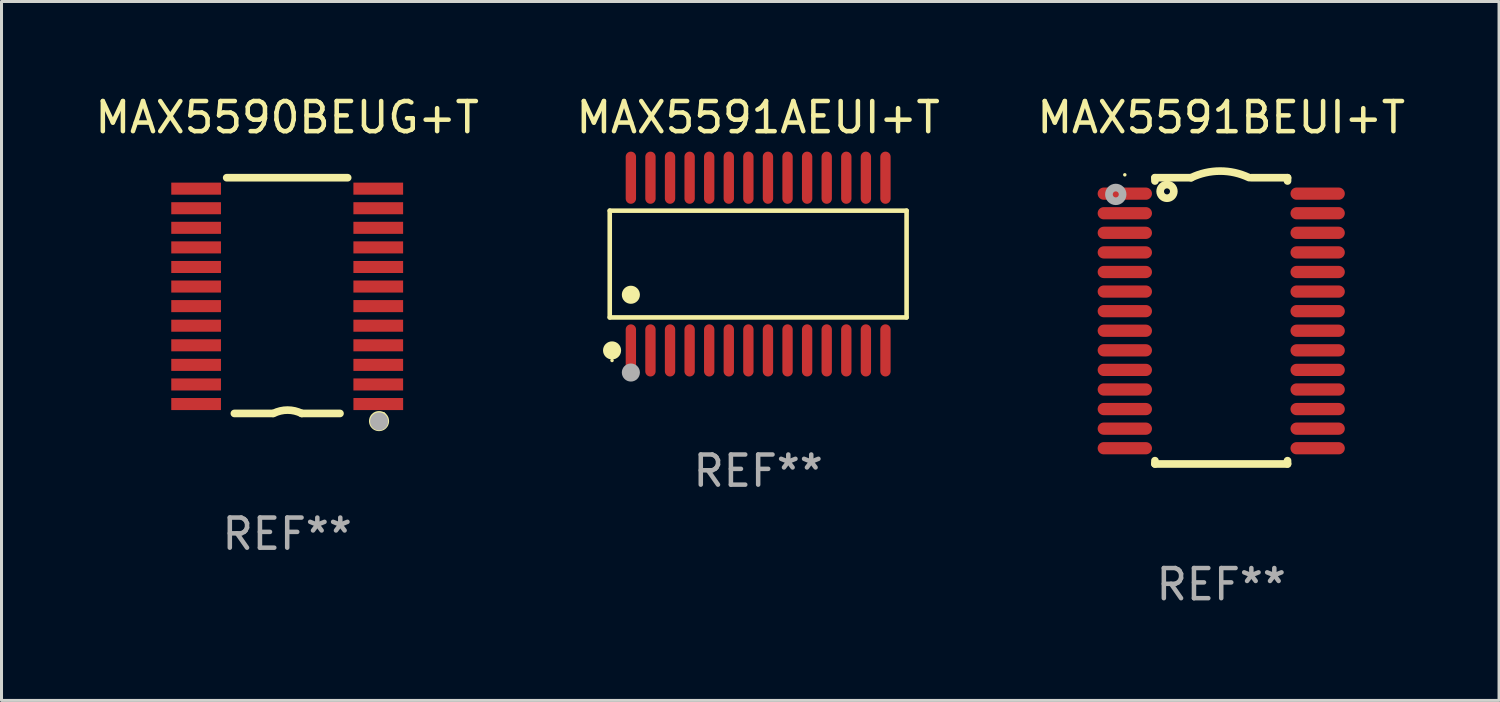
<source format=kicad_pcb>
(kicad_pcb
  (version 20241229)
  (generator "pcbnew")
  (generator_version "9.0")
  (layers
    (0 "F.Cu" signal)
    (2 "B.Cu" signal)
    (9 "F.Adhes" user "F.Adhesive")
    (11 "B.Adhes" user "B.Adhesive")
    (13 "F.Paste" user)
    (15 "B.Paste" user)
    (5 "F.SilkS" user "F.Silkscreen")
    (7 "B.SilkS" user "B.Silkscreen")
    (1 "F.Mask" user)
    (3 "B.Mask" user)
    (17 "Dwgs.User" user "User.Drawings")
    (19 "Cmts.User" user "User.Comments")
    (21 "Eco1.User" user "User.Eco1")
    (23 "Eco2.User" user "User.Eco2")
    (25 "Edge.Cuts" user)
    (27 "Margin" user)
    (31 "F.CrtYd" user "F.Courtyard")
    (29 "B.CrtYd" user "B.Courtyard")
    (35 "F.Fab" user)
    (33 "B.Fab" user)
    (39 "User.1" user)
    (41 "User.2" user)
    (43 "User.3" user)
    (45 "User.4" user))
  (footprint "MAX5590BEUG+T"
    (layer "F.Cu")
    (at 6.482 6.76)
    (property "Reference" "MAX5590BEUG+T" (at 0 -5.912 0) (layer "F.SilkS") (effects (font (size 1 1) (thickness 0.15))))
    (attr through_hole)
    (fp_line (start -2.008 -3.912) (end 2.007 -3.912) (stroke (width 0.254) (type solid)) (layer "F.SilkS"))
    (fp_line (start -0.483 3.912) (end -1.753 3.912) (stroke (width 0.254) (type solid)) (layer "F.SilkS"))
    (fp_line (start 1.752 3.912) (end 0.482 3.912) (stroke (width 0.254) (type solid)) (layer "F.SilkS"))
    (fp_arc (start -0.457404 3.911595) (mid 0.012497 3.800666) (end 0.482398 3.911595) (stroke (width 0.254001) (type solid)) (layer "F.SilkS"))
    (fp_circle (center 3.048 4.166) (end 3.128 4.166) (stroke (width 0.254) (type solid)) (fill no) (layer "F.SilkS"))
    (fp_circle (center 3.2 3.926) (end 3.23 3.926) (stroke (width 0.06) (type solid)) (fill no) (layer "F.SilkS"))
    (fp_circle (center 3.05 4.176) (end 3.2 4.176) (stroke (width 0.3) (type solid)) (fill no) (layer "F.Fab"))
    (fp_text user "REF**" (at 0 7.912 0) (layer "F.Fab") (effects (font (size 1 1) (thickness 0.15))))
    (pad "1" smd rect (at 3.023 3.6 180) (size 1.65 0.4) (layers "F.Cu" "F.Mask" "F.Paste"))
    (pad "2" smd rect (at 3.022 2.95 180) (size 1.65 0.4) (layers "F.Cu" "F.Mask" "F.Paste"))
    (pad "3" smd rect (at 3.022 2.3 180) (size 1.65 0.4) (layers "F.Cu" "F.Mask" "F.Paste"))
    (pad "4" smd rect (at 3.022 1.65 180) (size 1.65 0.4) (layers "F.Cu" "F.Mask" "F.Paste"))
    (pad "5" smd rect (at 3.022 1 180) (size 1.65 0.4) (layers "F.Cu" "F.Mask" "F.Paste"))
    (pad "6" smd rect (at 3.022 0.35 180) (size 1.65 0.4) (layers "F.Cu" "F.Mask" "F.Paste"))
    (pad "7" smd rect (at 3.022 -0.3 180) (size 1.65 0.4) (layers "F.Cu" "F.Mask" "F.Paste"))
    (pad "8" smd rect (at 3.022 -0.949 180) (size 1.65 0.4) (layers "F.Cu" "F.Mask" "F.Paste"))
    (pad "9" smd rect (at 3.022 -1.599 180) (size 1.65 0.4) (layers "F.Cu" "F.Mask" "F.Paste"))
    (pad "10" smd rect (at 3.022 -2.249 180) (size 1.65 0.4) (layers "F.Cu" "F.Mask" "F.Paste"))
    (pad "11" smd rect (at 3.022 -2.899 180) (size 1.65 0.4) (layers "F.Cu" "F.Mask" "F.Paste"))
    (pad "12" smd rect (at 3.022 -3.549 180) (size 1.65 0.4) (layers "F.Cu" "F.Mask" "F.Paste"))
    (pad "13" smd rect (at -3.023 -3.549 180) (size 1.65 0.4) (layers "F.Cu" "F.Mask" "F.Paste"))
    (pad "14" smd rect (at -3.023 -2.899 180) (size 1.65 0.4) (layers "F.Cu" "F.Mask" "F.Paste"))
    (pad "15" smd rect (at -3.023 -2.249 180) (size 1.65 0.4) (layers "F.Cu" "F.Mask" "F.Paste"))
    (pad "16" smd rect (at -3.023 -1.599 180) (size 1.65 0.4) (layers "F.Cu" "F.Mask" "F.Paste"))
    (pad "17" smd rect (at -3.023 -0.949 180) (size 1.65 0.4) (layers "F.Cu" "F.Mask" "F.Paste"))
    (pad "18" smd rect (at -3.023 -0.3 180) (size 1.65 0.4) (layers "F.Cu" "F.Mask" "F.Paste"))
    (pad "19" smd rect (at -3.023 0.35 180) (size 1.65 0.4) (layers "F.Cu" "F.Mask" "F.Paste"))
    (pad "20" smd rect (at -3.023 1 180) (size 1.65 0.4) (layers "F.Cu" "F.Mask" "F.Paste"))
    (pad "21" smd rect (at -3.023 1.65 180) (size 1.65 0.4) (layers "F.Cu" "F.Mask" "F.Paste"))
    (pad "22" smd rect (at -3.023 2.3 180) (size 1.65 0.4) (layers "F.Cu" "F.Mask" "F.Paste"))
    (pad "23" smd rect (at -3.023 2.95 180) (size 1.65 0.4) (layers "F.Cu" "F.Mask" "F.Paste"))
    (pad "24" smd rect (at -3.023 3.6 180) (size 1.65 0.4) (layers "F.Cu" "F.Mask" "F.Paste")))
  (footprint "MAX5591AEUI+T"
    (layer "F.Cu")
    (at 22.113 5.714)
    (property "Reference" "MAX5591AEUI+T" (at 0 -4.866 0) (layer "F.SilkS") (effects (font (size 1 1) (thickness 0.15))))
    (attr through_hole)
    (fp_line (start -4.926 -1.772) (end 4.926 -1.772) (stroke (width 0.152) (type solid)) (layer "F.SilkS"))
    (fp_line (start -4.926 1.771) (end -4.926 -1.772) (stroke (width 0.152) (type solid)) (layer "F.SilkS"))
    (fp_line (start 4.926 -1.772) (end 4.926 1.771) (stroke (width 0.152) (type solid)) (layer "F.SilkS"))
    (fp_line (start 4.926 1.771) (end -4.926 1.771) (stroke (width 0.152) (type solid)) (layer "F.SilkS"))
    (fp_circle (center -4.85 3.2) (end -4.82 3.2) (stroke (width 0.06) (type solid)) (fill no) (layer "F.SilkS"))
    (fp_circle (center -4.849 2.866) (end -4.699 2.866) (stroke (width 0.3) (type solid)) (fill no) (layer "F.SilkS"))
    (fp_circle (center -4.225 1.019) (end -4.075 1.019) (stroke (width 0.3) (type solid)) (fill no) (layer "F.SilkS"))
    (fp_circle (center -4.225 3.6) (end -4.075 3.6) (stroke (width 0.3) (type solid)) (fill no) (layer "F.Fab"))
    (fp_text user "REF**" (at 0 6.866 0) (layer "F.Fab") (effects (font (size 1 1) (thickness 0.15))))
    (pad "1" smd oval (at -4.225 2.866) (size 0.343 1.731) (layers "F.Cu" "F.Mask" "F.Paste"))
    (pad "2" smd oval (at -3.575 2.866) (size 0.343 1.731) (layers "F.Cu" "F.Mask" "F.Paste"))
    (pad "3" smd oval (at -2.925 2.866) (size 0.343 1.731) (layers "F.Cu" "F.Mask" "F.Paste"))
    (pad "4" smd oval (at -2.275 2.866) (size 0.343 1.731) (layers "F.Cu" "F.Mask" "F.Paste"))
    (pad "5" smd oval (at -1.625 2.866) (size 0.343 1.731) (layers "F.Cu" "F.Mask" "F.Paste"))
    (pad "6" smd oval (at -0.975 2.866) (size 0.343 1.731) (layers "F.Cu" "F.Mask" "F.Paste"))
    (pad "7" smd oval (at -0.325 2.866) (size 0.343 1.731) (layers "F.Cu" "F.Mask" "F.Paste"))
    (pad "8" smd oval (at 0.325 2.866) (size 0.343 1.731) (layers "F.Cu" "F.Mask" "F.Paste"))
    (pad "9" smd oval (at 0.975 2.866) (size 0.343 1.731) (layers "F.Cu" "F.Mask" "F.Paste"))
    (pad "10" smd oval (at 1.625 2.866) (size 0.343 1.731) (layers "F.Cu" "F.Mask" "F.Paste"))
    (pad "11" smd oval (at 2.275 2.866) (size 0.343 1.731) (layers "F.Cu" "F.Mask" "F.Paste"))
    (pad "12" smd oval (at 2.925 2.866) (size 0.343 1.731) (layers "F.Cu" "F.Mask" "F.Paste"))
    (pad "13" smd oval (at 3.575 2.866) (size 0.343 1.731) (layers "F.Cu" "F.Mask" "F.Paste"))
    (pad "14" smd oval (at 4.225 2.866) (size 0.343 1.731) (layers "F.Cu" "F.Mask" "F.Paste"))
    (pad "15" smd oval (at 4.225 -2.866) (size 0.343 1.731) (layers "F.Cu" "F.Mask" "F.Paste"))
    (pad "16" smd oval (at 3.575 -2.866) (size 0.343 1.731) (layers "F.Cu" "F.Mask" "F.Paste"))
    (pad "17" smd oval (at 2.925 -2.866) (size 0.343 1.731) (layers "F.Cu" "F.Mask" "F.Paste"))
    (pad "18" smd oval (at 2.275 -2.866) (size 0.343 1.731) (layers "F.Cu" "F.Mask" "F.Paste"))
    (pad "19" smd oval (at 1.625 -2.866) (size 0.343 1.731) (layers "F.Cu" "F.Mask" "F.Paste"))
    (pad "20" smd oval (at 0.975 -2.866) (size 0.343 1.731) (layers "F.Cu" "F.Mask" "F.Paste"))
    (pad "21" smd oval (at 0.325 -2.866) (size 0.343 1.731) (layers "F.Cu" "F.Mask" "F.Paste"))
    (pad "22" smd oval (at -0.325 -2.866) (size 0.343 1.731) (layers "F.Cu" "F.Mask" "F.Paste"))
    (pad "23" smd oval (at -0.975 -2.866) (size 0.343 1.731) (layers "F.Cu" "F.Mask" "F.Paste"))
    (pad "24" smd oval (at -1.625 -2.866) (size 0.343 1.731) (layers "F.Cu" "F.Mask" "F.Paste"))
    (pad "25" smd oval (at -2.275 -2.866) (size 0.343 1.731) (layers "F.Cu" "F.Mask" "F.Paste"))
    (pad "26" smd oval (at -2.925 -2.866) (size 0.343 1.731) (layers "F.Cu" "F.Mask" "F.Paste"))
    (pad "27" smd oval (at -3.575 -2.866) (size 0.343 1.731) (layers "F.Cu" "F.Mask" "F.Paste"))
    (pad "28" smd oval (at -4.225 -2.866) (size 0.343 1.731) (layers "F.Cu" "F.Mask" "F.Paste")))
  (footprint "MAX5591BEUI+T"
    (layer "F.Cu")
    (at 37.482 7.598)
    (property "Reference" "MAX5591BEUI+T" (at 0 -6.75 0) (layer "F.SilkS") (effects (font (size 1 1) (thickness 0.15))))
    (attr through_hole)
    (fp_line (start -2.2 -4.75) (end -2.2 -4.641) (stroke (width 0.254) (type solid)) (layer "F.SilkS"))
    (fp_line (start -2.2 -4.75) (end -1 -4.75) (stroke (width 0.254) (type solid)) (layer "F.SilkS"))
    (fp_line (start -2.2 4.641) (end -2.2 4.75) (stroke (width 0.254) (type solid)) (layer "F.SilkS"))
    (fp_line (start -2.2 4.75) (end 2.2 4.75) (stroke (width 0.254) (type solid)) (layer "F.SilkS"))
    (fp_line (start 2.2 -4.75) (end 1 -4.75) (stroke (width 0.254) (type solid)) (layer "F.SilkS"))
    (fp_line (start 2.2 -4.75) (end 2.2 -4.641) (stroke (width 0.254) (type solid)) (layer "F.SilkS"))
    (fp_line (start 2.2 4.641) (end 2.2 4.75) (stroke (width 0.254) (type solid)) (layer "F.SilkS"))
    (fp_arc (start -1.000025 -4.750013) (mid -0.040073 -4.969719) (end 0.920777 -4.753975) (stroke (width 0.254001) (type solid)) (layer "F.SilkS"))
    (fp_circle (center -3.2 -4.846) (end -3.17 -4.846) (stroke (width 0.06) (type solid)) (fill no) (layer "F.SilkS"))
    (fp_circle (center -1.8 -4.296) (end -1.7 -4.296) (stroke (width 0.254) (type solid)) (fill no) (layer "F.SilkS"))
    (fp_circle (center -3.5 -4.196) (end -3.4 -4.196) (stroke (width 0.254) (type solid)) (fill no) (layer "F.Fab"))
    (fp_text user "REF**" (at 0 8.75 0) (layer "F.Fab") (effects (font (size 1 1) (thickness 0.15))))
    (pad "1" smd oval (at -3.2 -4.221) (size 1.803 0.406) (layers "F.Cu" "F.Mask" "F.Paste"))
    (pad "2" smd oval (at -3.2 -3.571) (size 1.803 0.406) (layers "F.Cu" "F.Mask" "F.Paste"))
    (pad "3" smd oval (at -3.2 -2.921) (size 1.803 0.406) (layers "F.Cu" "F.Mask" "F.Paste"))
    (pad "4" smd oval (at -3.2 -2.271) (size 1.803 0.406) (layers "F.Cu" "F.Mask" "F.Paste"))
    (pad "5" smd oval (at -3.2 -1.621) (size 1.803 0.406) (layers "F.Cu" "F.Mask" "F.Paste"))
    (pad "6" smd oval (at -3.2 -0.971) (size 1.803 0.406) (layers "F.Cu" "F.Mask" "F.Paste"))
    (pad "7" smd oval (at -3.2 -0.321) (size 1.803 0.406) (layers "F.Cu" "F.Mask" "F.Paste"))
    (pad "8" smd oval (at -3.2 0.329) (size 1.803 0.406) (layers "F.Cu" "F.Mask" "F.Paste"))
    (pad "9" smd oval (at -3.2 0.979) (size 1.803 0.406) (layers "F.Cu" "F.Mask" "F.Paste"))
    (pad "10" smd oval (at -3.2 1.629) (size 1.803 0.406) (layers "F.Cu" "F.Mask" "F.Paste"))
    (pad "11" smd oval (at -3.2 2.279) (size 1.803 0.406) (layers "F.Cu" "F.Mask" "F.Paste"))
    (pad "12" smd oval (at -3.2 2.929) (size 1.803 0.406) (layers "F.Cu" "F.Mask" "F.Paste"))
    (pad "13" smd oval (at -3.2 3.579) (size 1.803 0.406) (layers "F.Cu" "F.Mask" "F.Paste"))
    (pad "14" smd oval (at -3.2 4.229) (size 1.803 0.406) (layers "F.Cu" "F.Mask" "F.Paste"))
    (pad "15" smd oval (at 3.2 4.229) (size 1.803 0.406) (layers "F.Cu" "F.Mask" "F.Paste"))
    (pad "16" smd oval (at 3.2 3.579) (size 1.803 0.406) (layers "F.Cu" "F.Mask" "F.Paste"))
    (pad "17" smd oval (at 3.2 2.929) (size 1.803 0.406) (layers "F.Cu" "F.Mask" "F.Paste"))
    (pad "18" smd oval (at 3.2 2.279) (size 1.803 0.406) (layers "F.Cu" "F.Mask" "F.Paste"))
    (pad "19" smd oval (at 3.2 1.629) (size 1.803 0.406) (layers "F.Cu" "F.Mask" "F.Paste"))
    (pad "20" smd oval (at 3.2 0.979) (size 1.803 0.406) (layers "F.Cu" "F.Mask" "F.Paste"))
    (pad "21" smd oval (at 3.2 0.329) (size 1.803 0.406) (layers "F.Cu" "F.Mask" "F.Paste"))
    (pad "22" smd oval (at 3.2 -0.321) (size 1.803 0.406) (layers "F.Cu" "F.Mask" "F.Paste"))
    (pad "23" smd oval (at 3.2 -0.971) (size 1.803 0.406) (layers "F.Cu" "F.Mask" "F.Paste"))
    (pad "24" smd oval (at 3.2 -1.621) (size 1.803 0.406) (layers "F.Cu" "F.Mask" "F.Paste"))
    (pad "25" smd oval (at 3.2 -2.271) (size 1.803 0.406) (layers "F.Cu" "F.Mask" "F.Paste"))
    (pad "26" smd oval (at 3.2 -2.921) (size 1.803 0.406) (layers "F.Cu" "F.Mask" "F.Paste"))
    (pad "27" smd oval (at 3.2 -3.571) (size 1.803 0.406) (layers "F.Cu" "F.Mask" "F.Paste"))
    (pad "28" smd oval (at 3.2 -4.221) (size 1.803 0.406) (layers "F.Cu" "F.Mask" "F.Paste")))
  (gr_rect
    (start -3 -3)
    (end 46.702 20.197)
    (stroke (width 0.1) (type default))
    (fill no)
    (layer "Edge.Cuts")))
</source>
